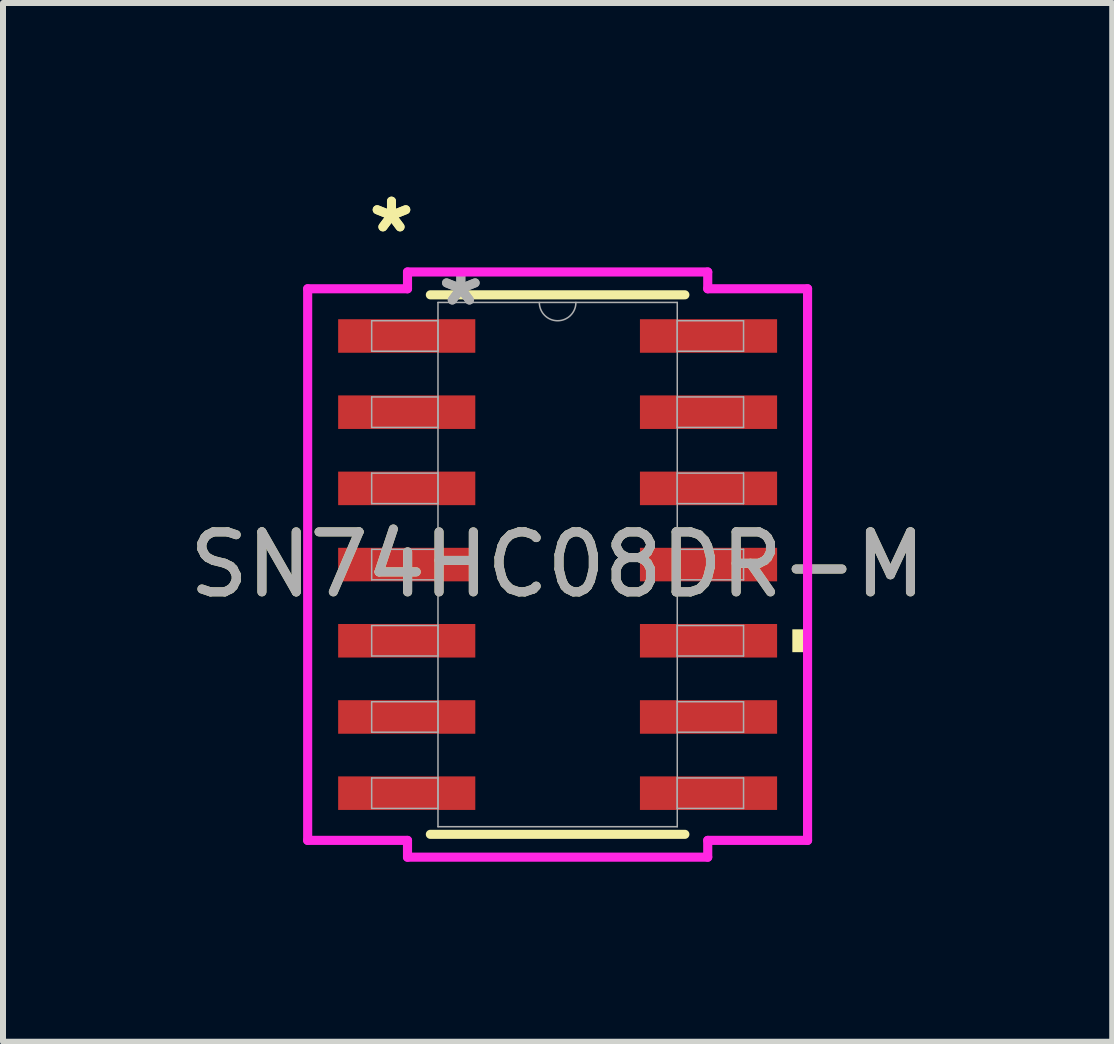
<source format=kicad_pcb>
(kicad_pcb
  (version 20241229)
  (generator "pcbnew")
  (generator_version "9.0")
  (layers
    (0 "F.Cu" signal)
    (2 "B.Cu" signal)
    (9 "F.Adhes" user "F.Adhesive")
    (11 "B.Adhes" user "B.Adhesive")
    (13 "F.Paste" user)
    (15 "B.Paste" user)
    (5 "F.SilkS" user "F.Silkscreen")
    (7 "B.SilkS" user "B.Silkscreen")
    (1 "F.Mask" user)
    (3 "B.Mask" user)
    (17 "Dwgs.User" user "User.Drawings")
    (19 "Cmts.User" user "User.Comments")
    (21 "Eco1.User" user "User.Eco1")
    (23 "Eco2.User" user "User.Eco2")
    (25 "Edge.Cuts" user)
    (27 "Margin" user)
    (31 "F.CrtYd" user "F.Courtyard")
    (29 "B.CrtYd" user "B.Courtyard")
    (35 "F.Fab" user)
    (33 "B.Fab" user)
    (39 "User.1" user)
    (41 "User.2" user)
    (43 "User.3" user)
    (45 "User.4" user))
  (footprint "SN74HC08DR-M"
    (layer "F.Cu")
    (at 6.244 6.36)
    (property "Reference" "SN74HC08DR-M" (at 0 0 0) (unlocked yes) (layer "F.SilkS") (effects (font (size 1 1) (thickness 0.15))))
    (attr smd)
    (fp_line (start -2.121 4.496) (end 2.121 4.496) (stroke (width 0.152) (type solid)) (layer "F.SilkS"))
    (fp_line (start 2.121 -4.496) (end -2.121 -4.496) (stroke (width 0.152) (type solid)) (layer "F.SilkS"))
    (fp_poly (pts (xy 4.166 1.079) (xy 4.166 1.46) (xy 3.912 1.46) (xy 3.912 1.079)) (stroke (width 0) (type solid)) (fill yes) (layer "F.SilkS"))
    (fp_line (start -4.166 -4.597) (end -2.502 -4.597) (stroke (width 0.152) (type solid)) (layer "F.CrtYd"))
    (fp_line (start -4.166 4.597) (end -4.166 -4.597) (stroke (width 0.152) (type solid)) (layer "F.CrtYd"))
    (fp_line (start -4.166 4.597) (end -2.502 4.597) (stroke (width 0.152) (type solid)) (layer "F.CrtYd"))
    (fp_line (start -2.502 -4.877) (end 2.502 -4.877) (stroke (width 0.152) (type solid)) (layer "F.CrtYd"))
    (fp_line (start -2.502 -4.597) (end -2.502 -4.877) (stroke (width 0.152) (type solid)) (layer "F.CrtYd"))
    (fp_line (start -2.502 4.877) (end -2.502 4.597) (stroke (width 0.152) (type solid)) (layer "F.CrtYd"))
    (fp_line (start 2.502 -4.877) (end 2.502 -4.597) (stroke (width 0.152) (type solid)) (layer "F.CrtYd"))
    (fp_line (start 2.502 4.597) (end 2.502 4.877) (stroke (width 0.152) (type solid)) (layer "F.CrtYd"))
    (fp_line (start 2.502 4.877) (end -2.502 4.877) (stroke (width 0.152) (type solid)) (layer "F.CrtYd"))
    (fp_line (start 4.166 -4.597) (end 2.502 -4.597) (stroke (width 0.152) (type solid)) (layer "F.CrtYd"))
    (fp_line (start 4.166 -4.597) (end 4.166 4.597) (stroke (width 0.152) (type solid)) (layer "F.CrtYd"))
    (fp_line (start 4.166 4.597) (end 2.502 4.597) (stroke (width 0.152) (type solid)) (layer "F.CrtYd"))
    (fp_line (start -3.099 -4.064) (end -3.099 -3.556) (stroke (width 0.025) (type solid)) (layer "F.Fab"))
    (fp_line (start -3.099 -3.556) (end -1.994 -3.556) (stroke (width 0.025) (type solid)) (layer "F.Fab"))
    (fp_line (start -3.099 -2.794) (end -3.099 -2.286) (stroke (width 0.025) (type solid)) (layer "F.Fab"))
    (fp_line (start -3.099 -2.286) (end -1.994 -2.286) (stroke (width 0.025) (type solid)) (layer "F.Fab"))
    (fp_line (start -3.099 -1.524) (end -3.099 -1.016) (stroke (width 0.025) (type solid)) (layer "F.Fab"))
    (fp_line (start -3.099 -1.016) (end -1.994 -1.016) (stroke (width 0.025) (type solid)) (layer "F.Fab"))
    (fp_line (start -3.099 -0.254) (end -3.099 0.254) (stroke (width 0.025) (type solid)) (layer "F.Fab"))
    (fp_line (start -3.099 0.254) (end -1.994 0.254) (stroke (width 0.025) (type solid)) (layer "F.Fab"))
    (fp_line (start -3.099 1.016) (end -3.099 1.524) (stroke (width 0.025) (type solid)) (layer "F.Fab"))
    (fp_line (start -3.099 1.524) (end -1.994 1.524) (stroke (width 0.025) (type solid)) (layer "F.Fab"))
    (fp_line (start -3.099 2.286) (end -3.099 2.794) (stroke (width 0.025) (type solid)) (layer "F.Fab"))
    (fp_line (start -3.099 2.794) (end -1.994 2.794) (stroke (width 0.025) (type solid)) (layer "F.Fab"))
    (fp_line (start -3.099 3.556) (end -3.099 4.064) (stroke (width 0.025) (type solid)) (layer "F.Fab"))
    (fp_line (start -3.099 4.064) (end -1.994 4.064) (stroke (width 0.025) (type solid)) (layer "F.Fab"))
    (fp_line (start -1.994 -4.369) (end -1.994 4.369) (stroke (width 0.025) (type solid)) (layer "F.Fab"))
    (fp_line (start -1.994 -4.064) (end -3.099 -4.064) (stroke (width 0.025) (type solid)) (layer "F.Fab"))
    (fp_line (start -1.994 -3.556) (end -1.994 -4.064) (stroke (width 0.025) (type solid)) (layer "F.Fab"))
    (fp_line (start -1.994 -2.794) (end -3.099 -2.794) (stroke (width 0.025) (type solid)) (layer "F.Fab"))
    (fp_line (start -1.994 -2.286) (end -1.994 -2.794) (stroke (width 0.025) (type solid)) (layer "F.Fab"))
    (fp_line (start -1.994 -1.524) (end -3.099 -1.524) (stroke (width 0.025) (type solid)) (layer "F.Fab"))
    (fp_line (start -1.994 -1.016) (end -1.994 -1.524) (stroke (width 0.025) (type solid)) (layer "F.Fab"))
    (fp_line (start -1.994 -0.254) (end -3.099 -0.254) (stroke (width 0.025) (type solid)) (layer "F.Fab"))
    (fp_line (start -1.994 0.254) (end -1.994 -0.254) (stroke (width 0.025) (type solid)) (layer "F.Fab"))
    (fp_line (start -1.994 1.016) (end -3.099 1.016) (stroke (width 0.025) (type solid)) (layer "F.Fab"))
    (fp_line (start -1.994 1.524) (end -1.994 1.016) (stroke (width 0.025) (type solid)) (layer "F.Fab"))
    (fp_line (start -1.994 2.286) (end -3.099 2.286) (stroke (width 0.025) (type solid)) (layer "F.Fab"))
    (fp_line (start -1.994 2.794) (end -1.994 2.286) (stroke (width 0.025) (type solid)) (layer "F.Fab"))
    (fp_line (start -1.994 3.556) (end -3.099 3.556) (stroke (width 0.025) (type solid)) (layer "F.Fab"))
    (fp_line (start -1.994 4.064) (end -1.994 3.556) (stroke (width 0.025) (type solid)) (layer "F.Fab"))
    (fp_line (start -1.994 4.369) (end 1.994 4.369) (stroke (width 0.025) (type solid)) (layer "F.Fab"))
    (fp_line (start 1.994 -4.369) (end -1.994 -4.369) (stroke (width 0.025) (type solid)) (layer "F.Fab"))
    (fp_line (start 1.994 -4.064) (end 1.994 -3.556) (stroke (width 0.025) (type solid)) (layer "F.Fab"))
    (fp_line (start 1.994 -3.556) (end 3.099 -3.556) (stroke (width 0.025) (type solid)) (layer "F.Fab"))
    (fp_line (start 1.994 -2.794) (end 1.994 -2.286) (stroke (width 0.025) (type solid)) (layer "F.Fab"))
    (fp_line (start 1.994 -2.286) (end 3.099 -2.286) (stroke (width 0.025) (type solid)) (layer "F.Fab"))
    (fp_line (start 1.994 -1.524) (end 1.994 -1.016) (stroke (width 0.025) (type solid)) (layer "F.Fab"))
    (fp_line (start 1.994 -1.016) (end 3.099 -1.016) (stroke (width 0.025) (type solid)) (layer "F.Fab"))
    (fp_line (start 1.994 -0.254) (end 1.994 0.254) (stroke (width 0.025) (type solid)) (layer "F.Fab"))
    (fp_line (start 1.994 0.254) (end 3.099 0.254) (stroke (width 0.025) (type solid)) (layer "F.Fab"))
    (fp_line (start 1.994 1.016) (end 1.994 1.524) (stroke (width 0.025) (type solid)) (layer "F.Fab"))
    (fp_line (start 1.994 1.524) (end 3.099 1.524) (stroke (width 0.025) (type solid)) (layer "F.Fab"))
    (fp_line (start 1.994 2.286) (end 1.994 2.794) (stroke (width 0.025) (type solid)) (layer "F.Fab"))
    (fp_line (start 1.994 2.794) (end 3.099 2.794) (stroke (width 0.025) (type solid)) (layer "F.Fab"))
    (fp_line (start 1.994 3.556) (end 1.994 4.064) (stroke (width 0.025) (type solid)) (layer "F.Fab"))
    (fp_line (start 1.994 4.064) (end 3.099 4.064) (stroke (width 0.025) (type solid)) (layer "F.Fab"))
    (fp_line (start 1.994 4.369) (end 1.994 -4.369) (stroke (width 0.025) (type solid)) (layer "F.Fab"))
    (fp_line (start 3.099 -4.064) (end 1.994 -4.064) (stroke (width 0.025) (type solid)) (layer "F.Fab"))
    (fp_line (start 3.099 -3.556) (end 3.099 -4.064) (stroke (width 0.025) (type solid)) (layer "F.Fab"))
    (fp_line (start 3.099 -2.794) (end 1.994 -2.794) (stroke (width 0.025) (type solid)) (layer "F.Fab"))
    (fp_line (start 3.099 -2.286) (end 3.099 -2.794) (stroke (width 0.025) (type solid)) (layer "F.Fab"))
    (fp_line (start 3.099 -1.524) (end 1.994 -1.524) (stroke (width 0.025) (type solid)) (layer "F.Fab"))
    (fp_line (start 3.099 -1.016) (end 3.099 -1.524) (stroke (width 0.025) (type solid)) (layer "F.Fab"))
    (fp_line (start 3.099 -0.254) (end 1.994 -0.254) (stroke (width 0.025) (type solid)) (layer "F.Fab"))
    (fp_line (start 3.099 0.254) (end 3.099 -0.254) (stroke (width 0.025) (type solid)) (layer "F.Fab"))
    (fp_line (start 3.099 1.016) (end 1.994 1.016) (stroke (width 0.025) (type solid)) (layer "F.Fab"))
    (fp_line (start 3.099 1.524) (end 3.099 1.016) (stroke (width 0.025) (type solid)) (layer "F.Fab"))
    (fp_line (start 3.099 2.286) (end 1.994 2.286) (stroke (width 0.025) (type solid)) (layer "F.Fab"))
    (fp_line (start 3.099 2.794) (end 3.099 2.286) (stroke (width 0.025) (type solid)) (layer "F.Fab"))
    (fp_line (start 3.099 3.556) (end 1.994 3.556) (stroke (width 0.025) (type solid)) (layer "F.Fab"))
    (fp_line (start 3.099 4.064) (end 3.099 3.556) (stroke (width 0.025) (type solid)) (layer "F.Fab"))
    (fp_arc (start 0.3048 -4.3688) (mid 0 -4.064) (end -0.3048 -4.3688) (stroke (width 0.0254) (type solid)) (layer "F.Fab"))
    (fp_text user "*" (at -2.769 -5.512 0) (layer "F.SilkS") (effects (font (size 1 1) (thickness 0.15))))
    (fp_text user "*" (at -2.769 -5.512 0) (unlocked yes) (layer "F.SilkS") (effects (font (size 1 1) (thickness 0.15))))
    (fp_text user "*" (at -1.613 -4.293 0) (layer "F.Fab") (effects (font (size 1 1) (thickness 0.15))))
    (fp_text user "*" (at -1.613 -4.293 0) (unlocked yes) (layer "F.Fab") (effects (font (size 1 1) (thickness 0.15))))
    (fp_text user "${REFERENCE}" (at 0 0 0) (unlocked yes) (layer "F.Fab") (effects (font (size 1 1) (thickness 0.15))))
    (pad "1" smd rect (at -2.515 -3.81) (size 2.286 0.559) (layers "F.Cu" "F.Mask" "F.Paste"))
    (pad "2" smd rect (at -2.515 -2.54) (size 2.286 0.559) (layers "F.Cu" "F.Mask" "F.Paste"))
    (pad "3" smd rect (at -2.515 -1.27) (size 2.286 0.559) (layers "F.Cu" "F.Mask" "F.Paste"))
    (pad "4" smd rect (at -2.515 0) (size 2.286 0.559) (layers "F.Cu" "F.Mask" "F.Paste"))
    (pad "5" smd rect (at -2.515 1.27) (size 2.286 0.559) (layers "F.Cu" "F.Mask" "F.Paste"))
    (pad "6" smd rect (at -2.515 2.54) (size 2.286 0.559) (layers "F.Cu" "F.Mask" "F.Paste"))
    (pad "7" smd rect (at -2.515 3.81) (size 2.286 0.559) (layers "F.Cu" "F.Mask" "F.Paste"))
    (pad "8" smd rect (at 2.515 3.81) (size 2.286 0.559) (layers "F.Cu" "F.Mask" "F.Paste"))
    (pad "9" smd rect (at 2.515 2.54) (size 2.286 0.559) (layers "F.Cu" "F.Mask" "F.Paste"))
    (pad "10" smd rect (at 2.515 1.27) (size 2.286 0.559) (layers "F.Cu" "F.Mask" "F.Paste"))
    (pad "11" smd rect (at 2.515 0) (size 2.286 0.559) (layers "F.Cu" "F.Mask" "F.Paste"))
    (pad "12" smd rect (at 2.515 -1.27) (size 2.286 0.559) (layers "F.Cu" "F.Mask" "F.Paste"))
    (pad "13" smd rect (at 2.515 -2.54) (size 2.286 0.559) (layers "F.Cu" "F.Mask" "F.Paste"))
    (pad "14" smd rect (at 2.515 -3.81) (size 2.286 0.559) (layers "F.Cu" "F.Mask" "F.Paste")))
  (gr_rect
    (start -3 -3)
    (end 15.488 14.313)
    (stroke (width 0.1) (type default))
    (fill no)
    (layer "Edge.Cuts")))
</source>
